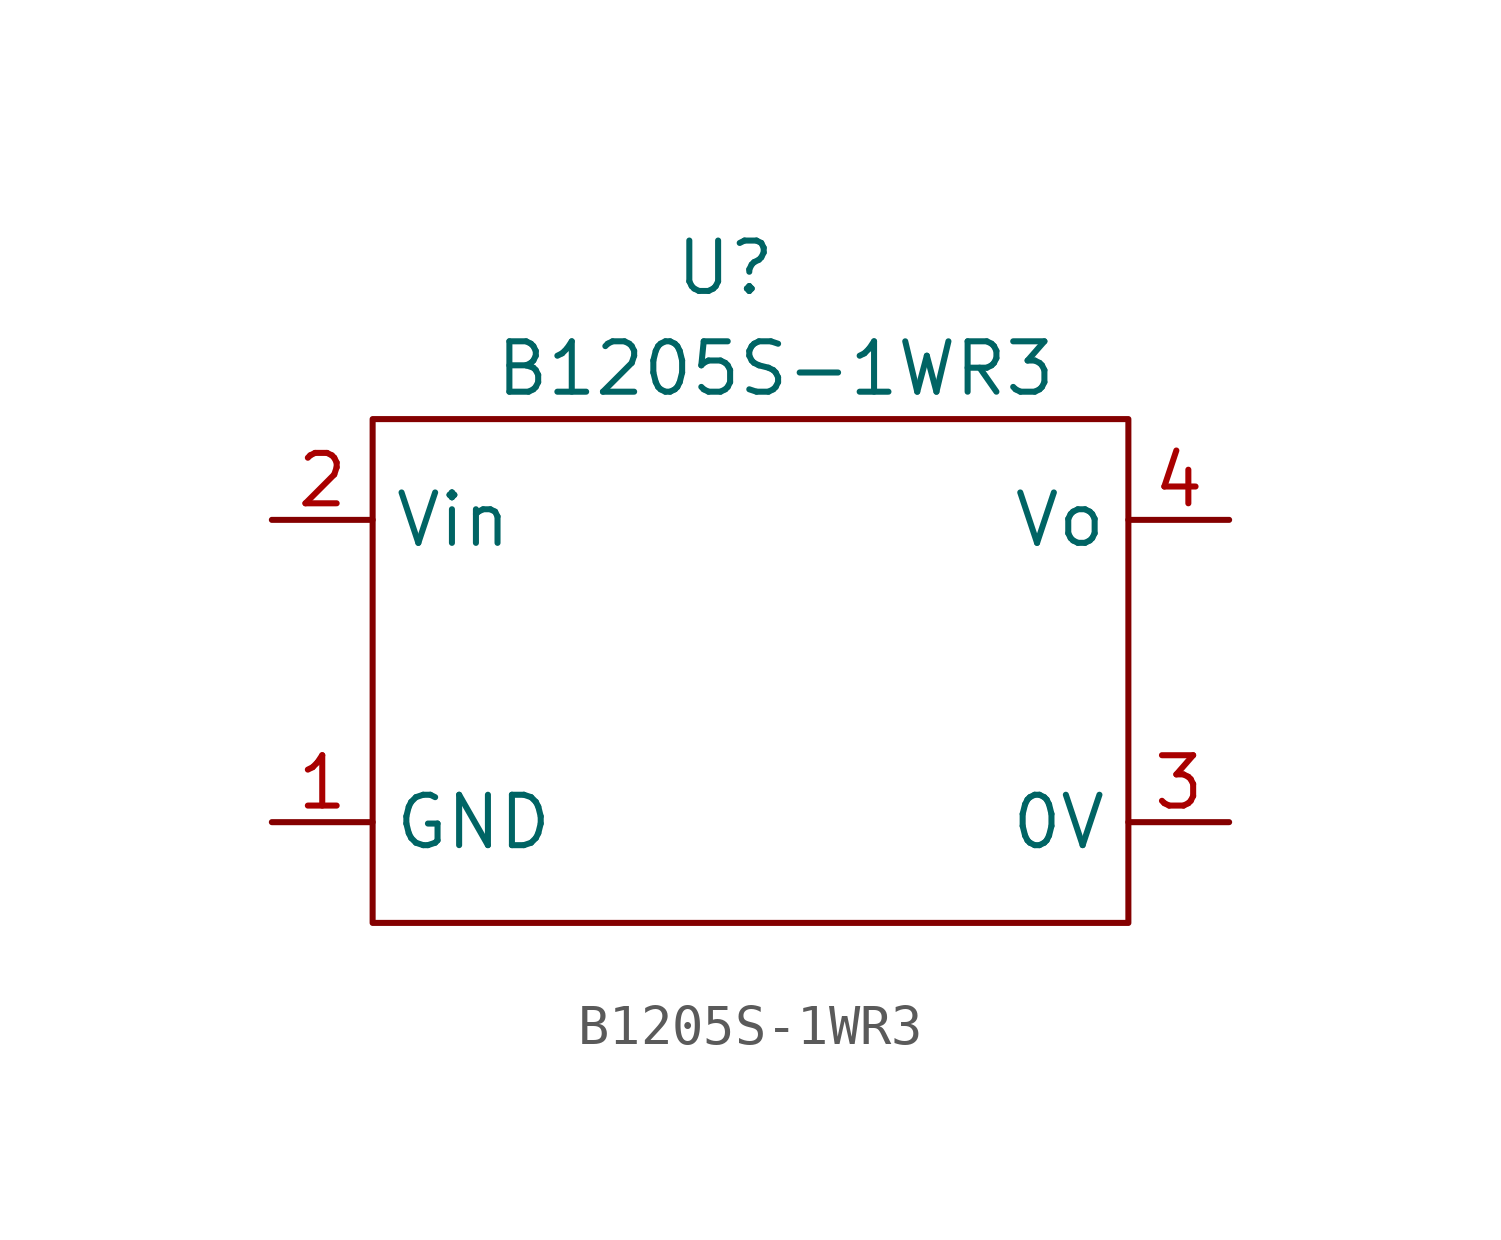
<source format=kicad_sym>
(kicad_symbol_lib
  (version 20211014)
  (generator kicad_symbol_editor)
  (symbol "B1205S-1WR3"
    (property "Reference" "U"
      (at -1.27 1.27 0)
      (effects (font (size 1.27 1.27))))
    (property "Value" "B1205S-1WR3"
      (at 0 -1.27 0)
      (effects (font (size 1.27 1.27))))
    (symbol "B1205S-1WR3_0_1"
      (rectangle (start 8.89 -15.24) (end -10.16 -2.54) (stroke (width 0) (type default) (color 0 0 0 0)) (fill (type none))))
    (symbol "B1205S-1WR3_1_1"
      (pin power_in line (at -12.7 -12.7 0) (length 2.54) (name "GND" (effects (font (size 1.27 1.27)))) (number "1" (effects (font (size 1.27 1.27)))))
      (pin power_in line (at -12.7 -5.08 0) (length 2.54) (name "Vin" (effects (font (size 1.27 1.27)))) (number "2" (effects (font (size 1.27 1.27)))))
      (pin power_out line (at 11.43 -12.7 180) (length 2.54) (name "0V" (effects (font (size 1.27 1.27)))) (number "3" (effects (font (size 1.27 1.27)))))
      (pin power_out line (at 11.43 -5.08 180) (length 2.54) (name "Vo" (effects (font (size 1.27 1.27)))) (number "4" (effects (font (size 1.27 1.27))))))))
</source>
